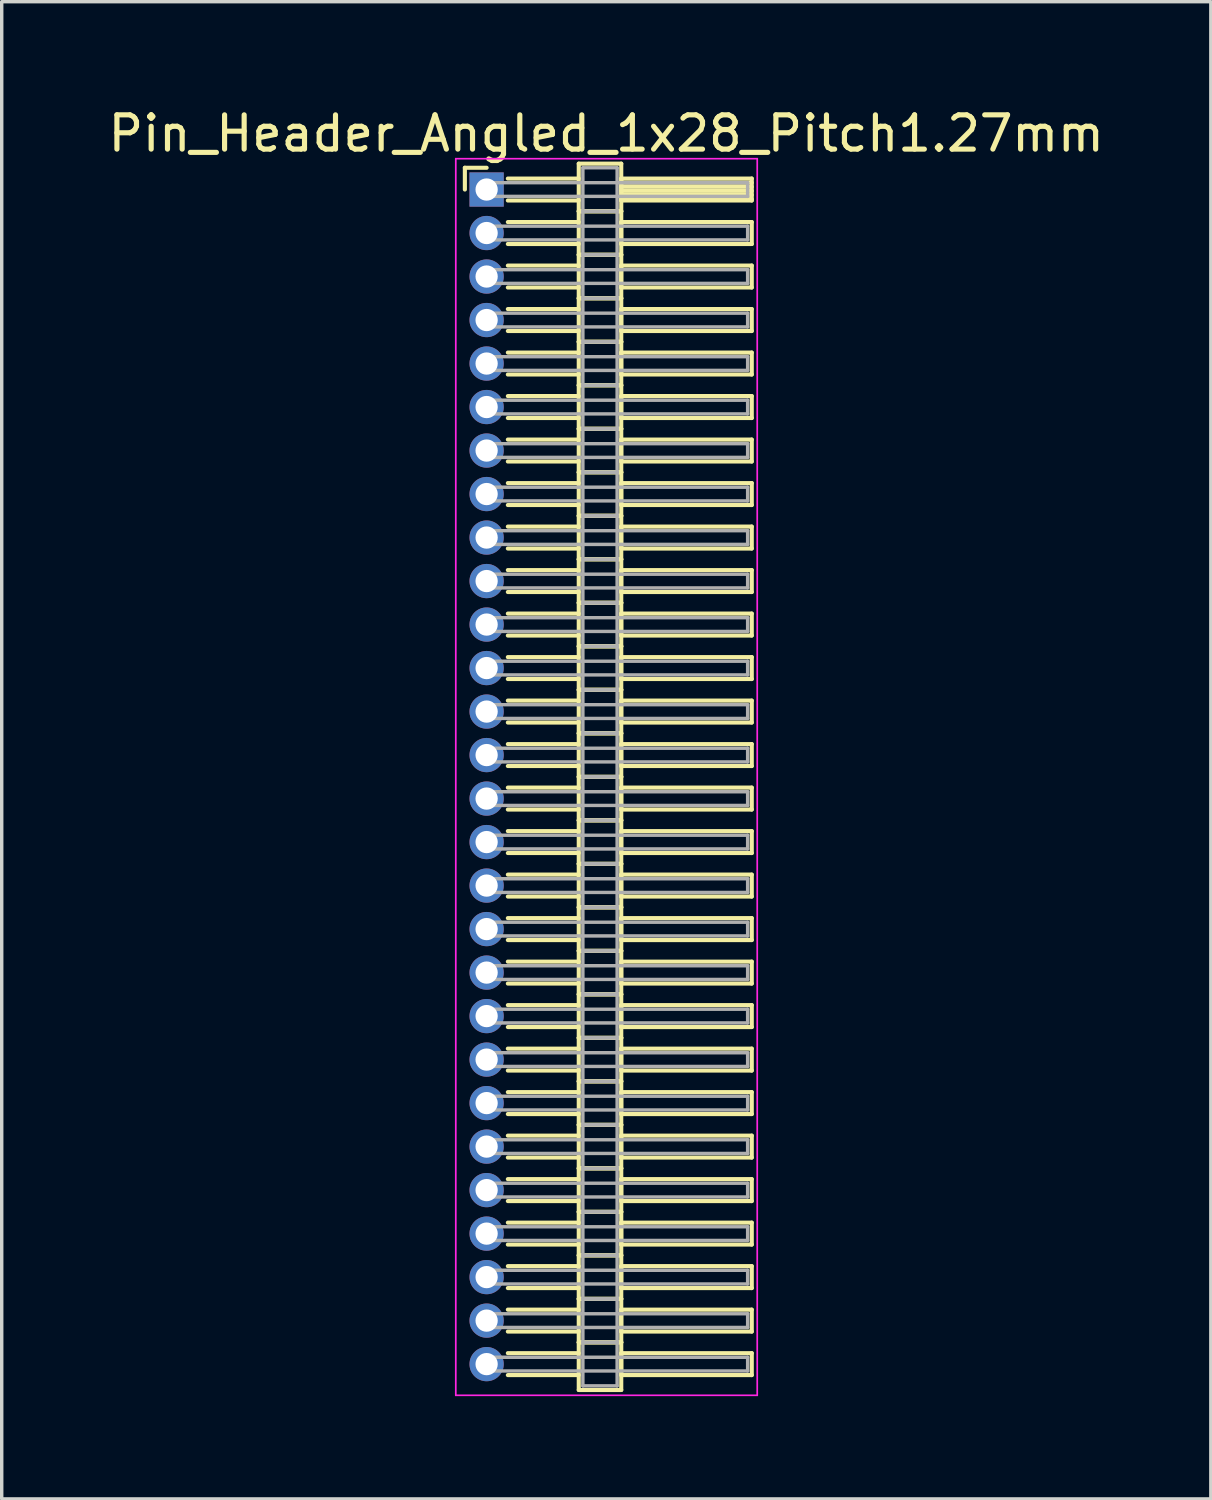
<source format=kicad_pcb>
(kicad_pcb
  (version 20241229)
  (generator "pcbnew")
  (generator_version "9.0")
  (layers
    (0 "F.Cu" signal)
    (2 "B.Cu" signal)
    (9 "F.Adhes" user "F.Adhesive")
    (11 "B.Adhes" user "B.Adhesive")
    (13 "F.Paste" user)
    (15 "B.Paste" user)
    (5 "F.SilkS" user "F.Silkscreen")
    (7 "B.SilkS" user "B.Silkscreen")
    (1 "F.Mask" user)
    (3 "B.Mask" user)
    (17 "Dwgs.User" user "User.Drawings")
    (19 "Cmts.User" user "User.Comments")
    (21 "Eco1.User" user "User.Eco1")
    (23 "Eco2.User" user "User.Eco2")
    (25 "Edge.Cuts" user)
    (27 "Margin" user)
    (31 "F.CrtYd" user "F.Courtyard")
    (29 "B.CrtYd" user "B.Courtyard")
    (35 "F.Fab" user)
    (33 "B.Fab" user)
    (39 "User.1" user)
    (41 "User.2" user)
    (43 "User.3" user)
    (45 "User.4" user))
  (footprint "Pin_Header_Angled_1x28_Pitch1.27mm"
    (layer "F.Cu")
    (at 11.156 2.483)
    (property "Reference" "Pin_Header_Angled_1x28_Pitch1.27mm" (at 3.493 -1.635 0) (layer "F.SilkS") (effects (font (size 1 1) (thickness 0.15))))
    (attr through_hole)
    (fp_line (start -0.635 -0.635) (end 0 -0.635) (stroke (width 0.12) (type solid)) (layer "F.SilkS"))
    (fp_line (start -0.635 0) (end -0.635 -0.635) (stroke (width 0.12) (type solid)) (layer "F.SilkS"))
    (fp_line (start 0.62 -0.32) (end 2.69 -0.32) (stroke (width 0.12) (type solid)) (layer "F.SilkS"))
    (fp_line (start 0.62 0.32) (end 2.69 0.32) (stroke (width 0.12) (type solid)) (layer "F.SilkS"))
    (fp_line (start 0.62 0.95) (end 2.69 0.95) (stroke (width 0.12) (type solid)) (layer "F.SilkS"))
    (fp_line (start 0.62 1.59) (end 2.69 1.59) (stroke (width 0.12) (type solid)) (layer "F.SilkS"))
    (fp_line (start 0.62 2.22) (end 2.69 2.22) (stroke (width 0.12) (type solid)) (layer "F.SilkS"))
    (fp_line (start 0.62 2.86) (end 2.69 2.86) (stroke (width 0.12) (type solid)) (layer "F.SilkS"))
    (fp_line (start 0.62 3.49) (end 2.69 3.49) (stroke (width 0.12) (type solid)) (layer "F.SilkS"))
    (fp_line (start 0.62 4.13) (end 2.69 4.13) (stroke (width 0.12) (type solid)) (layer "F.SilkS"))
    (fp_line (start 0.62 4.76) (end 2.69 4.76) (stroke (width 0.12) (type solid)) (layer "F.SilkS"))
    (fp_line (start 0.62 5.4) (end 2.69 5.4) (stroke (width 0.12) (type solid)) (layer "F.SilkS"))
    (fp_line (start 0.62 6.03) (end 2.69 6.03) (stroke (width 0.12) (type solid)) (layer "F.SilkS"))
    (fp_line (start 0.62 6.67) (end 2.69 6.67) (stroke (width 0.12) (type solid)) (layer "F.SilkS"))
    (fp_line (start 0.62 7.3) (end 2.69 7.3) (stroke (width 0.12) (type solid)) (layer "F.SilkS"))
    (fp_line (start 0.62 7.94) (end 2.69 7.94) (stroke (width 0.12) (type solid)) (layer "F.SilkS"))
    (fp_line (start 0.62 8.57) (end 2.69 8.57) (stroke (width 0.12) (type solid)) (layer "F.SilkS"))
    (fp_line (start 0.62 9.21) (end 2.69 9.21) (stroke (width 0.12) (type solid)) (layer "F.SilkS"))
    (fp_line (start 0.62 9.84) (end 2.69 9.84) (stroke (width 0.12) (type solid)) (layer "F.SilkS"))
    (fp_line (start 0.62 10.48) (end 2.69 10.48) (stroke (width 0.12) (type solid)) (layer "F.SilkS"))
    (fp_line (start 0.62 11.11) (end 2.69 11.11) (stroke (width 0.12) (type solid)) (layer "F.SilkS"))
    (fp_line (start 0.62 11.75) (end 2.69 11.75) (stroke (width 0.12) (type solid)) (layer "F.SilkS"))
    (fp_line (start 0.62 12.38) (end 2.69 12.38) (stroke (width 0.12) (type solid)) (layer "F.SilkS"))
    (fp_line (start 0.62 13.02) (end 2.69 13.02) (stroke (width 0.12) (type solid)) (layer "F.SilkS"))
    (fp_line (start 0.62 13.65) (end 2.69 13.65) (stroke (width 0.12) (type solid)) (layer "F.SilkS"))
    (fp_line (start 0.62 14.29) (end 2.69 14.29) (stroke (width 0.12) (type solid)) (layer "F.SilkS"))
    (fp_line (start 0.62 14.92) (end 2.69 14.92) (stroke (width 0.12) (type solid)) (layer "F.SilkS"))
    (fp_line (start 0.62 15.56) (end 2.69 15.56) (stroke (width 0.12) (type solid)) (layer "F.SilkS"))
    (fp_line (start 0.62 16.19) (end 2.69 16.19) (stroke (width 0.12) (type solid)) (layer "F.SilkS"))
    (fp_line (start 0.62 16.83) (end 2.69 16.83) (stroke (width 0.12) (type solid)) (layer "F.SilkS"))
    (fp_line (start 0.62 17.46) (end 2.69 17.46) (stroke (width 0.12) (type solid)) (layer "F.SilkS"))
    (fp_line (start 0.62 18.1) (end 2.69 18.1) (stroke (width 0.12) (type solid)) (layer "F.SilkS"))
    (fp_line (start 0.62 18.73) (end 2.69 18.73) (stroke (width 0.12) (type solid)) (layer "F.SilkS"))
    (fp_line (start 0.62 19.37) (end 2.69 19.37) (stroke (width 0.12) (type solid)) (layer "F.SilkS"))
    (fp_line (start 0.62 20) (end 2.69 20) (stroke (width 0.12) (type solid)) (layer "F.SilkS"))
    (fp_line (start 0.62 20.64) (end 2.69 20.64) (stroke (width 0.12) (type solid)) (layer "F.SilkS"))
    (fp_line (start 0.62 21.27) (end 2.69 21.27) (stroke (width 0.12) (type solid)) (layer "F.SilkS"))
    (fp_line (start 0.62 21.91) (end 2.69 21.91) (stroke (width 0.12) (type solid)) (layer "F.SilkS"))
    (fp_line (start 0.62 22.54) (end 2.69 22.54) (stroke (width 0.12) (type solid)) (layer "F.SilkS"))
    (fp_line (start 0.62 23.18) (end 2.69 23.18) (stroke (width 0.12) (type solid)) (layer "F.SilkS"))
    (fp_line (start 0.62 23.81) (end 2.69 23.81) (stroke (width 0.12) (type solid)) (layer "F.SilkS"))
    (fp_line (start 0.62 24.45) (end 2.69 24.45) (stroke (width 0.12) (type solid)) (layer "F.SilkS"))
    (fp_line (start 0.62 25.08) (end 2.69 25.08) (stroke (width 0.12) (type solid)) (layer "F.SilkS"))
    (fp_line (start 0.62 25.72) (end 2.69 25.72) (stroke (width 0.12) (type solid)) (layer "F.SilkS"))
    (fp_line (start 0.62 26.35) (end 2.69 26.35) (stroke (width 0.12) (type solid)) (layer "F.SilkS"))
    (fp_line (start 0.62 26.99) (end 2.69 26.99) (stroke (width 0.12) (type solid)) (layer "F.SilkS"))
    (fp_line (start 0.62 27.62) (end 2.69 27.62) (stroke (width 0.12) (type solid)) (layer "F.SilkS"))
    (fp_line (start 0.62 28.26) (end 2.69 28.26) (stroke (width 0.12) (type solid)) (layer "F.SilkS"))
    (fp_line (start 0.62 28.89) (end 2.69 28.89) (stroke (width 0.12) (type solid)) (layer "F.SilkS"))
    (fp_line (start 0.62 29.53) (end 2.69 29.53) (stroke (width 0.12) (type solid)) (layer "F.SilkS"))
    (fp_line (start 0.62 30.16) (end 2.69 30.16) (stroke (width 0.12) (type solid)) (layer "F.SilkS"))
    (fp_line (start 0.62 30.8) (end 2.69 30.8) (stroke (width 0.12) (type solid)) (layer "F.SilkS"))
    (fp_line (start 0.62 31.43) (end 2.69 31.43) (stroke (width 0.12) (type solid)) (layer "F.SilkS"))
    (fp_line (start 0.62 32.07) (end 2.69 32.07) (stroke (width 0.12) (type solid)) (layer "F.SilkS"))
    (fp_line (start 0.62 32.7) (end 2.69 32.7) (stroke (width 0.12) (type solid)) (layer "F.SilkS"))
    (fp_line (start 0.62 33.34) (end 2.69 33.34) (stroke (width 0.12) (type solid)) (layer "F.SilkS"))
    (fp_line (start 0.62 33.97) (end 2.69 33.97) (stroke (width 0.12) (type solid)) (layer "F.SilkS"))
    (fp_line (start 0.62 34.61) (end 2.69 34.61) (stroke (width 0.12) (type solid)) (layer "F.SilkS"))
    (fp_line (start 2.69 -0.755) (end 2.69 0.635) (stroke (width 0.12) (type solid)) (layer "F.SilkS"))
    (fp_line (start 2.69 0.635) (end 2.69 1.905) (stroke (width 0.12) (type solid)) (layer "F.SilkS"))
    (fp_line (start 2.69 0.635) (end 3.93 0.635) (stroke (width 0.12) (type solid)) (layer "F.SilkS"))
    (fp_line (start 2.69 1.905) (end 2.69 3.175) (stroke (width 0.12) (type solid)) (layer "F.SilkS"))
    (fp_line (start 2.69 1.905) (end 3.93 1.905) (stroke (width 0.12) (type solid)) (layer "F.SilkS"))
    (fp_line (start 2.69 3.175) (end 2.69 4.445) (stroke (width 0.12) (type solid)) (layer "F.SilkS"))
    (fp_line (start 2.69 3.175) (end 3.93 3.175) (stroke (width 0.12) (type solid)) (layer "F.SilkS"))
    (fp_line (start 2.69 4.445) (end 2.69 5.715) (stroke (width 0.12) (type solid)) (layer "F.SilkS"))
    (fp_line (start 2.69 4.445) (end 3.93 4.445) (stroke (width 0.12) (type solid)) (layer "F.SilkS"))
    (fp_line (start 2.69 5.715) (end 2.69 6.985) (stroke (width 0.12) (type solid)) (layer "F.SilkS"))
    (fp_line (start 2.69 5.715) (end 3.93 5.715) (stroke (width 0.12) (type solid)) (layer "F.SilkS"))
    (fp_line (start 2.69 6.985) (end 2.69 8.255) (stroke (width 0.12) (type solid)) (layer "F.SilkS"))
    (fp_line (start 2.69 6.985) (end 3.93 6.985) (stroke (width 0.12) (type solid)) (layer "F.SilkS"))
    (fp_line (start 2.69 8.255) (end 2.69 9.525) (stroke (width 0.12) (type solid)) (layer "F.SilkS"))
    (fp_line (start 2.69 8.255) (end 3.93 8.255) (stroke (width 0.12) (type solid)) (layer "F.SilkS"))
    (fp_line (start 2.69 9.525) (end 2.69 10.795) (stroke (width 0.12) (type solid)) (layer "F.SilkS"))
    (fp_line (start 2.69 9.525) (end 3.93 9.525) (stroke (width 0.12) (type solid)) (layer "F.SilkS"))
    (fp_line (start 2.69 10.795) (end 2.69 12.065) (stroke (width 0.12) (type solid)) (layer "F.SilkS"))
    (fp_line (start 2.69 10.795) (end 3.93 10.795) (stroke (width 0.12) (type solid)) (layer "F.SilkS"))
    (fp_line (start 2.69 12.065) (end 2.69 13.335) (stroke (width 0.12) (type solid)) (layer "F.SilkS"))
    (fp_line (start 2.69 12.065) (end 3.93 12.065) (stroke (width 0.12) (type solid)) (layer "F.SilkS"))
    (fp_line (start 2.69 13.335) (end 2.69 14.605) (stroke (width 0.12) (type solid)) (layer "F.SilkS"))
    (fp_line (start 2.69 13.335) (end 3.93 13.335) (stroke (width 0.12) (type solid)) (layer "F.SilkS"))
    (fp_line (start 2.69 14.605) (end 2.69 15.875) (stroke (width 0.12) (type solid)) (layer "F.SilkS"))
    (fp_line (start 2.69 14.605) (end 3.93 14.605) (stroke (width 0.12) (type solid)) (layer "F.SilkS"))
    (fp_line (start 2.69 15.875) (end 2.69 17.145) (stroke (width 0.12) (type solid)) (layer "F.SilkS"))
    (fp_line (start 2.69 15.875) (end 3.93 15.875) (stroke (width 0.12) (type solid)) (layer "F.SilkS"))
    (fp_line (start 2.69 17.145) (end 2.69 18.415) (stroke (width 0.12) (type solid)) (layer "F.SilkS"))
    (fp_line (start 2.69 17.145) (end 3.93 17.145) (stroke (width 0.12) (type solid)) (layer "F.SilkS"))
    (fp_line (start 2.69 18.415) (end 2.69 19.685) (stroke (width 0.12) (type solid)) (layer "F.SilkS"))
    (fp_line (start 2.69 18.415) (end 3.93 18.415) (stroke (width 0.12) (type solid)) (layer "F.SilkS"))
    (fp_line (start 2.69 19.685) (end 2.69 20.955) (stroke (width 0.12) (type solid)) (layer "F.SilkS"))
    (fp_line (start 2.69 19.685) (end 3.93 19.685) (stroke (width 0.12) (type solid)) (layer "F.SilkS"))
    (fp_line (start 2.69 20.955) (end 2.69 22.225) (stroke (width 0.12) (type solid)) (layer "F.SilkS"))
    (fp_line (start 2.69 20.955) (end 3.93 20.955) (stroke (width 0.12) (type solid)) (layer "F.SilkS"))
    (fp_line (start 2.69 22.225) (end 2.69 23.495) (stroke (width 0.12) (type solid)) (layer "F.SilkS"))
    (fp_line (start 2.69 22.225) (end 3.93 22.225) (stroke (width 0.12) (type solid)) (layer "F.SilkS"))
    (fp_line (start 2.69 23.495) (end 2.69 24.765) (stroke (width 0.12) (type solid)) (layer "F.SilkS"))
    (fp_line (start 2.69 23.495) (end 3.93 23.495) (stroke (width 0.12) (type solid)) (layer "F.SilkS"))
    (fp_line (start 2.69 24.765) (end 2.69 26.035) (stroke (width 0.12) (type solid)) (layer "F.SilkS"))
    (fp_line (start 2.69 24.765) (end 3.93 24.765) (stroke (width 0.12) (type solid)) (layer "F.SilkS"))
    (fp_line (start 2.69 26.035) (end 2.69 27.305) (stroke (width 0.12) (type solid)) (layer "F.SilkS"))
    (fp_line (start 2.69 26.035) (end 3.93 26.035) (stroke (width 0.12) (type solid)) (layer "F.SilkS"))
    (fp_line (start 2.69 27.305) (end 2.69 28.575) (stroke (width 0.12) (type solid)) (layer "F.SilkS"))
    (fp_line (start 2.69 27.305) (end 3.93 27.305) (stroke (width 0.12) (type solid)) (layer "F.SilkS"))
    (fp_line (start 2.69 28.575) (end 2.69 29.845) (stroke (width 0.12) (type solid)) (layer "F.SilkS"))
    (fp_line (start 2.69 28.575) (end 3.93 28.575) (stroke (width 0.12) (type solid)) (layer "F.SilkS"))
    (fp_line (start 2.69 29.845) (end 2.69 31.115) (stroke (width 0.12) (type solid)) (layer "F.SilkS"))
    (fp_line (start 2.69 29.845) (end 3.93 29.845) (stroke (width 0.12) (type solid)) (layer "F.SilkS"))
    (fp_line (start 2.69 31.115) (end 2.69 32.385) (stroke (width 0.12) (type solid)) (layer "F.SilkS"))
    (fp_line (start 2.69 31.115) (end 3.93 31.115) (stroke (width 0.12) (type solid)) (layer "F.SilkS"))
    (fp_line (start 2.69 32.385) (end 2.69 33.655) (stroke (width 0.12) (type solid)) (layer "F.SilkS"))
    (fp_line (start 2.69 32.385) (end 3.93 32.385) (stroke (width 0.12) (type solid)) (layer "F.SilkS"))
    (fp_line (start 2.69 33.655) (end 2.69 35.045) (stroke (width 0.12) (type solid)) (layer "F.SilkS"))
    (fp_line (start 2.69 33.655) (end 3.93 33.655) (stroke (width 0.12) (type solid)) (layer "F.SilkS"))
    (fp_line (start 2.69 35.045) (end 3.93 35.045) (stroke (width 0.12) (type solid)) (layer "F.SilkS"))
    (fp_line (start 3.93 -0.755) (end 2.69 -0.755) (stroke (width 0.12) (type solid)) (layer "F.SilkS"))
    (fp_line (start 3.93 -0.32) (end 3.93 0.32) (stroke (width 0.12) (type solid)) (layer "F.SilkS"))
    (fp_line (start 3.93 -0.2) (end 7.74 -0.2) (stroke (width 0.12) (type solid)) (layer "F.SilkS"))
    (fp_line (start 3.93 -0.08) (end 7.74 -0.08) (stroke (width 0.12) (type solid)) (layer "F.SilkS"))
    (fp_line (start 3.93 0.04) (end 7.74 0.04) (stroke (width 0.12) (type solid)) (layer "F.SilkS"))
    (fp_line (start 3.93 0.16) (end 7.74 0.16) (stroke (width 0.12) (type solid)) (layer "F.SilkS"))
    (fp_line (start 3.93 0.28) (end 7.74 0.28) (stroke (width 0.12) (type solid)) (layer "F.SilkS"))
    (fp_line (start 3.93 0.32) (end 7.74 0.32) (stroke (width 0.12) (type solid)) (layer "F.SilkS"))
    (fp_line (start 3.93 0.635) (end 2.69 0.635) (stroke (width 0.12) (type solid)) (layer "F.SilkS"))
    (fp_line (start 3.93 0.635) (end 3.93 -0.755) (stroke (width 0.12) (type solid)) (layer "F.SilkS"))
    (fp_line (start 3.93 0.95) (end 3.93 1.59) (stroke (width 0.12) (type solid)) (layer "F.SilkS"))
    (fp_line (start 3.93 1.59) (end 7.74 1.59) (stroke (width 0.12) (type solid)) (layer "F.SilkS"))
    (fp_line (start 3.93 1.905) (end 2.69 1.905) (stroke (width 0.12) (type solid)) (layer "F.SilkS"))
    (fp_line (start 3.93 1.905) (end 3.93 0.635) (stroke (width 0.12) (type solid)) (layer "F.SilkS"))
    (fp_line (start 3.93 2.22) (end 3.93 2.86) (stroke (width 0.12) (type solid)) (layer "F.SilkS"))
    (fp_line (start 3.93 2.86) (end 7.74 2.86) (stroke (width 0.12) (type solid)) (layer "F.SilkS"))
    (fp_line (start 3.93 3.175) (end 2.69 3.175) (stroke (width 0.12) (type solid)) (layer "F.SilkS"))
    (fp_line (start 3.93 3.175) (end 3.93 1.905) (stroke (width 0.12) (type solid)) (layer "F.SilkS"))
    (fp_line (start 3.93 3.49) (end 3.93 4.13) (stroke (width 0.12) (type solid)) (layer "F.SilkS"))
    (fp_line (start 3.93 4.13) (end 7.74 4.13) (stroke (width 0.12) (type solid)) (layer "F.SilkS"))
    (fp_line (start 3.93 4.445) (end 2.69 4.445) (stroke (width 0.12) (type solid)) (layer "F.SilkS"))
    (fp_line (start 3.93 4.445) (end 3.93 3.175) (stroke (width 0.12) (type solid)) (layer "F.SilkS"))
    (fp_line (start 3.93 4.76) (end 3.93 5.4) (stroke (width 0.12) (type solid)) (layer "F.SilkS"))
    (fp_line (start 3.93 5.4) (end 7.74 5.4) (stroke (width 0.12) (type solid)) (layer "F.SilkS"))
    (fp_line (start 3.93 5.715) (end 2.69 5.715) (stroke (width 0.12) (type solid)) (layer "F.SilkS"))
    (fp_line (start 3.93 5.715) (end 3.93 4.445) (stroke (width 0.12) (type solid)) (layer "F.SilkS"))
    (fp_line (start 3.93 6.03) (end 3.93 6.67) (stroke (width 0.12) (type solid)) (layer "F.SilkS"))
    (fp_line (start 3.93 6.67) (end 7.74 6.67) (stroke (width 0.12) (type solid)) (layer "F.SilkS"))
    (fp_line (start 3.93 6.985) (end 2.69 6.985) (stroke (width 0.12) (type solid)) (layer "F.SilkS"))
    (fp_line (start 3.93 6.985) (end 3.93 5.715) (stroke (width 0.12) (type solid)) (layer "F.SilkS"))
    (fp_line (start 3.93 7.3) (end 3.93 7.94) (stroke (width 0.12) (type solid)) (layer "F.SilkS"))
    (fp_line (start 3.93 7.94) (end 7.74 7.94) (stroke (width 0.12) (type solid)) (layer "F.SilkS"))
    (fp_line (start 3.93 8.255) (end 2.69 8.255) (stroke (width 0.12) (type solid)) (layer "F.SilkS"))
    (fp_line (start 3.93 8.255) (end 3.93 6.985) (stroke (width 0.12) (type solid)) (layer "F.SilkS"))
    (fp_line (start 3.93 8.57) (end 3.93 9.21) (stroke (width 0.12) (type solid)) (layer "F.SilkS"))
    (fp_line (start 3.93 9.21) (end 7.74 9.21) (stroke (width 0.12) (type solid)) (layer "F.SilkS"))
    (fp_line (start 3.93 9.525) (end 2.69 9.525) (stroke (width 0.12) (type solid)) (layer "F.SilkS"))
    (fp_line (start 3.93 9.525) (end 3.93 8.255) (stroke (width 0.12) (type solid)) (layer "F.SilkS"))
    (fp_line (start 3.93 9.84) (end 3.93 10.48) (stroke (width 0.12) (type solid)) (layer "F.SilkS"))
    (fp_line (start 3.93 10.48) (end 7.74 10.48) (stroke (width 0.12) (type solid)) (layer "F.SilkS"))
    (fp_line (start 3.93 10.795) (end 2.69 10.795) (stroke (width 0.12) (type solid)) (layer "F.SilkS"))
    (fp_line (start 3.93 10.795) (end 3.93 9.525) (stroke (width 0.12) (type solid)) (layer "F.SilkS"))
    (fp_line (start 3.93 11.11) (end 3.93 11.75) (stroke (width 0.12) (type solid)) (layer "F.SilkS"))
    (fp_line (start 3.93 11.75) (end 7.74 11.75) (stroke (width 0.12) (type solid)) (layer "F.SilkS"))
    (fp_line (start 3.93 12.065) (end 2.69 12.065) (stroke (width 0.12) (type solid)) (layer "F.SilkS"))
    (fp_line (start 3.93 12.065) (end 3.93 10.795) (stroke (width 0.12) (type solid)) (layer "F.SilkS"))
    (fp_line (start 3.93 12.38) (end 3.93 13.02) (stroke (width 0.12) (type solid)) (layer "F.SilkS"))
    (fp_line (start 3.93 13.02) (end 7.74 13.02) (stroke (width 0.12) (type solid)) (layer "F.SilkS"))
    (fp_line (start 3.93 13.335) (end 2.69 13.335) (stroke (width 0.12) (type solid)) (layer "F.SilkS"))
    (fp_line (start 3.93 13.335) (end 3.93 12.065) (stroke (width 0.12) (type solid)) (layer "F.SilkS"))
    (fp_line (start 3.93 13.65) (end 3.93 14.29) (stroke (width 0.12) (type solid)) (layer "F.SilkS"))
    (fp_line (start 3.93 14.29) (end 7.74 14.29) (stroke (width 0.12) (type solid)) (layer "F.SilkS"))
    (fp_line (start 3.93 14.605) (end 2.69 14.605) (stroke (width 0.12) (type solid)) (layer "F.SilkS"))
    (fp_line (start 3.93 14.605) (end 3.93 13.335) (stroke (width 0.12) (type solid)) (layer "F.SilkS"))
    (fp_line (start 3.93 14.92) (end 3.93 15.56) (stroke (width 0.12) (type solid)) (layer "F.SilkS"))
    (fp_line (start 3.93 15.56) (end 7.74 15.56) (stroke (width 0.12) (type solid)) (layer "F.SilkS"))
    (fp_line (start 3.93 15.875) (end 2.69 15.875) (stroke (width 0.12) (type solid)) (layer "F.SilkS"))
    (fp_line (start 3.93 15.875) (end 3.93 14.605) (stroke (width 0.12) (type solid)) (layer "F.SilkS"))
    (fp_line (start 3.93 16.19) (end 3.93 16.83) (stroke (width 0.12) (type solid)) (layer "F.SilkS"))
    (fp_line (start 3.93 16.83) (end 7.74 16.83) (stroke (width 0.12) (type solid)) (layer "F.SilkS"))
    (fp_line (start 3.93 17.145) (end 2.69 17.145) (stroke (width 0.12) (type solid)) (layer "F.SilkS"))
    (fp_line (start 3.93 17.145) (end 3.93 15.875) (stroke (width 0.12) (type solid)) (layer "F.SilkS"))
    (fp_line (start 3.93 17.46) (end 3.93 18.1) (stroke (width 0.12) (type solid)) (layer "F.SilkS"))
    (fp_line (start 3.93 18.1) (end 7.74 18.1) (stroke (width 0.12) (type solid)) (layer "F.SilkS"))
    (fp_line (start 3.93 18.415) (end 2.69 18.415) (stroke (width 0.12) (type solid)) (layer "F.SilkS"))
    (fp_line (start 3.93 18.415) (end 3.93 17.145) (stroke (width 0.12) (type solid)) (layer "F.SilkS"))
    (fp_line (start 3.93 18.73) (end 3.93 19.37) (stroke (width 0.12) (type solid)) (layer "F.SilkS"))
    (fp_line (start 3.93 19.37) (end 7.74 19.37) (stroke (width 0.12) (type solid)) (layer "F.SilkS"))
    (fp_line (start 3.93 19.685) (end 2.69 19.685) (stroke (width 0.12) (type solid)) (layer "F.SilkS"))
    (fp_line (start 3.93 19.685) (end 3.93 18.415) (stroke (width 0.12) (type solid)) (layer "F.SilkS"))
    (fp_line (start 3.93 20) (end 3.93 20.64) (stroke (width 0.12) (type solid)) (layer "F.SilkS"))
    (fp_line (start 3.93 20.64) (end 7.74 20.64) (stroke (width 0.12) (type solid)) (layer "F.SilkS"))
    (fp_line (start 3.93 20.955) (end 2.69 20.955) (stroke (width 0.12) (type solid)) (layer "F.SilkS"))
    (fp_line (start 3.93 20.955) (end 3.93 19.685) (stroke (width 0.12) (type solid)) (layer "F.SilkS"))
    (fp_line (start 3.93 21.27) (end 3.93 21.91) (stroke (width 0.12) (type solid)) (layer "F.SilkS"))
    (fp_line (start 3.93 21.91) (end 7.74 21.91) (stroke (width 0.12) (type solid)) (layer "F.SilkS"))
    (fp_line (start 3.93 22.225) (end 2.69 22.225) (stroke (width 0.12) (type solid)) (layer "F.SilkS"))
    (fp_line (start 3.93 22.225) (end 3.93 20.955) (stroke (width 0.12) (type solid)) (layer "F.SilkS"))
    (fp_line (start 3.93 22.54) (end 3.93 23.18) (stroke (width 0.12) (type solid)) (layer "F.SilkS"))
    (fp_line (start 3.93 23.18) (end 7.74 23.18) (stroke (width 0.12) (type solid)) (layer "F.SilkS"))
    (fp_line (start 3.93 23.495) (end 2.69 23.495) (stroke (width 0.12) (type solid)) (layer "F.SilkS"))
    (fp_line (start 3.93 23.495) (end 3.93 22.225) (stroke (width 0.12) (type solid)) (layer "F.SilkS"))
    (fp_line (start 3.93 23.81) (end 3.93 24.45) (stroke (width 0.12) (type solid)) (layer "F.SilkS"))
    (fp_line (start 3.93 24.45) (end 7.74 24.45) (stroke (width 0.12) (type solid)) (layer "F.SilkS"))
    (fp_line (start 3.93 24.765) (end 2.69 24.765) (stroke (width 0.12) (type solid)) (layer "F.SilkS"))
    (fp_line (start 3.93 24.765) (end 3.93 23.495) (stroke (width 0.12) (type solid)) (layer "F.SilkS"))
    (fp_line (start 3.93 25.08) (end 3.93 25.72) (stroke (width 0.12) (type solid)) (layer "F.SilkS"))
    (fp_line (start 3.93 25.72) (end 7.74 25.72) (stroke (width 0.12) (type solid)) (layer "F.SilkS"))
    (fp_line (start 3.93 26.035) (end 2.69 26.035) (stroke (width 0.12) (type solid)) (layer "F.SilkS"))
    (fp_line (start 3.93 26.035) (end 3.93 24.765) (stroke (width 0.12) (type solid)) (layer "F.SilkS"))
    (fp_line (start 3.93 26.35) (end 3.93 26.99) (stroke (width 0.12) (type solid)) (layer "F.SilkS"))
    (fp_line (start 3.93 26.99) (end 7.74 26.99) (stroke (width 0.12) (type solid)) (layer "F.SilkS"))
    (fp_line (start 3.93 27.305) (end 2.69 27.305) (stroke (width 0.12) (type solid)) (layer "F.SilkS"))
    (fp_line (start 3.93 27.305) (end 3.93 26.035) (stroke (width 0.12) (type solid)) (layer "F.SilkS"))
    (fp_line (start 3.93 27.62) (end 3.93 28.26) (stroke (width 0.12) (type solid)) (layer "F.SilkS"))
    (fp_line (start 3.93 28.26) (end 7.74 28.26) (stroke (width 0.12) (type solid)) (layer "F.SilkS"))
    (fp_line (start 3.93 28.575) (end 2.69 28.575) (stroke (width 0.12) (type solid)) (layer "F.SilkS"))
    (fp_line (start 3.93 28.575) (end 3.93 27.305) (stroke (width 0.12) (type solid)) (layer "F.SilkS"))
    (fp_line (start 3.93 28.89) (end 3.93 29.53) (stroke (width 0.12) (type solid)) (layer "F.SilkS"))
    (fp_line (start 3.93 29.53) (end 7.74 29.53) (stroke (width 0.12) (type solid)) (layer "F.SilkS"))
    (fp_line (start 3.93 29.845) (end 2.69 29.845) (stroke (width 0.12) (type solid)) (layer "F.SilkS"))
    (fp_line (start 3.93 29.845) (end 3.93 28.575) (stroke (width 0.12) (type solid)) (layer "F.SilkS"))
    (fp_line (start 3.93 30.16) (end 3.93 30.8) (stroke (width 0.12) (type solid)) (layer "F.SilkS"))
    (fp_line (start 3.93 30.8) (end 7.74 30.8) (stroke (width 0.12) (type solid)) (layer "F.SilkS"))
    (fp_line (start 3.93 31.115) (end 2.69 31.115) (stroke (width 0.12) (type solid)) (layer "F.SilkS"))
    (fp_line (start 3.93 31.115) (end 3.93 29.845) (stroke (width 0.12) (type solid)) (layer "F.SilkS"))
    (fp_line (start 3.93 31.43) (end 3.93 32.07) (stroke (width 0.12) (type solid)) (layer "F.SilkS"))
    (fp_line (start 3.93 32.07) (end 7.74 32.07) (stroke (width 0.12) (type solid)) (layer "F.SilkS"))
    (fp_line (start 3.93 32.385) (end 2.69 32.385) (stroke (width 0.12) (type solid)) (layer "F.SilkS"))
    (fp_line (start 3.93 32.385) (end 3.93 31.115) (stroke (width 0.12) (type solid)) (layer "F.SilkS"))
    (fp_line (start 3.93 32.7) (end 3.93 33.34) (stroke (width 0.12) (type solid)) (layer "F.SilkS"))
    (fp_line (start 3.93 33.34) (end 7.74 33.34) (stroke (width 0.12) (type solid)) (layer "F.SilkS"))
    (fp_line (start 3.93 33.655) (end 2.69 33.655) (stroke (width 0.12) (type solid)) (layer "F.SilkS"))
    (fp_line (start 3.93 33.655) (end 3.93 32.385) (stroke (width 0.12) (type solid)) (layer "F.SilkS"))
    (fp_line (start 3.93 33.97) (end 3.93 34.61) (stroke (width 0.12) (type solid)) (layer "F.SilkS"))
    (fp_line (start 3.93 34.61) (end 7.74 34.61) (stroke (width 0.12) (type solid)) (layer "F.SilkS"))
    (fp_line (start 3.93 35.045) (end 3.93 33.655) (stroke (width 0.12) (type solid)) (layer "F.SilkS"))
    (fp_line (start 7.74 -0.32) (end 3.93 -0.32) (stroke (width 0.12) (type solid)) (layer "F.SilkS"))
    (fp_line (start 7.74 0.32) (end 7.74 -0.32) (stroke (width 0.12) (type solid)) (layer "F.SilkS"))
    (fp_line (start 7.74 0.95) (end 3.93 0.95) (stroke (width 0.12) (type solid)) (layer "F.SilkS"))
    (fp_line (start 7.74 1.59) (end 7.74 0.95) (stroke (width 0.12) (type solid)) (layer "F.SilkS"))
    (fp_line (start 7.74 2.22) (end 3.93 2.22) (stroke (width 0.12) (type solid)) (layer "F.SilkS"))
    (fp_line (start 7.74 2.86) (end 7.74 2.22) (stroke (width 0.12) (type solid)) (layer "F.SilkS"))
    (fp_line (start 7.74 3.49) (end 3.93 3.49) (stroke (width 0.12) (type solid)) (layer "F.SilkS"))
    (fp_line (start 7.74 4.13) (end 7.74 3.49) (stroke (width 0.12) (type solid)) (layer "F.SilkS"))
    (fp_line (start 7.74 4.76) (end 3.93 4.76) (stroke (width 0.12) (type solid)) (layer "F.SilkS"))
    (fp_line (start 7.74 5.4) (end 7.74 4.76) (stroke (width 0.12) (type solid)) (layer "F.SilkS"))
    (fp_line (start 7.74 6.03) (end 3.93 6.03) (stroke (width 0.12) (type solid)) (layer "F.SilkS"))
    (fp_line (start 7.74 6.67) (end 7.74 6.03) (stroke (width 0.12) (type solid)) (layer "F.SilkS"))
    (fp_line (start 7.74 7.3) (end 3.93 7.3) (stroke (width 0.12) (type solid)) (layer "F.SilkS"))
    (fp_line (start 7.74 7.94) (end 7.74 7.3) (stroke (width 0.12) (type solid)) (layer "F.SilkS"))
    (fp_line (start 7.74 8.57) (end 3.93 8.57) (stroke (width 0.12) (type solid)) (layer "F.SilkS"))
    (fp_line (start 7.74 9.21) (end 7.74 8.57) (stroke (width 0.12) (type solid)) (layer "F.SilkS"))
    (fp_line (start 7.74 9.84) (end 3.93 9.84) (stroke (width 0.12) (type solid)) (layer "F.SilkS"))
    (fp_line (start 7.74 10.48) (end 7.74 9.84) (stroke (width 0.12) (type solid)) (layer "F.SilkS"))
    (fp_line (start 7.74 11.11) (end 3.93 11.11) (stroke (width 0.12) (type solid)) (layer "F.SilkS"))
    (fp_line (start 7.74 11.75) (end 7.74 11.11) (stroke (width 0.12) (type solid)) (layer "F.SilkS"))
    (fp_line (start 7.74 12.38) (end 3.93 12.38) (stroke (width 0.12) (type solid)) (layer "F.SilkS"))
    (fp_line (start 7.74 13.02) (end 7.74 12.38) (stroke (width 0.12) (type solid)) (layer "F.SilkS"))
    (fp_line (start 7.74 13.65) (end 3.93 13.65) (stroke (width 0.12) (type solid)) (layer "F.SilkS"))
    (fp_line (start 7.74 14.29) (end 7.74 13.65) (stroke (width 0.12) (type solid)) (layer "F.SilkS"))
    (fp_line (start 7.74 14.92) (end 3.93 14.92) (stroke (width 0.12) (type solid)) (layer "F.SilkS"))
    (fp_line (start 7.74 15.56) (end 7.74 14.92) (stroke (width 0.12) (type solid)) (layer "F.SilkS"))
    (fp_line (start 7.74 16.19) (end 3.93 16.19) (stroke (width 0.12) (type solid)) (layer "F.SilkS"))
    (fp_line (start 7.74 16.83) (end 7.74 16.19) (stroke (width 0.12) (type solid)) (layer "F.SilkS"))
    (fp_line (start 7.74 17.46) (end 3.93 17.46) (stroke (width 0.12) (type solid)) (layer "F.SilkS"))
    (fp_line (start 7.74 18.1) (end 7.74 17.46) (stroke (width 0.12) (type solid)) (layer "F.SilkS"))
    (fp_line (start 7.74 18.73) (end 3.93 18.73) (stroke (width 0.12) (type solid)) (layer "F.SilkS"))
    (fp_line (start 7.74 19.37) (end 7.74 18.73) (stroke (width 0.12) (type solid)) (layer "F.SilkS"))
    (fp_line (start 7.74 20) (end 3.93 20) (stroke (width 0.12) (type solid)) (layer "F.SilkS"))
    (fp_line (start 7.74 20.64) (end 7.74 20) (stroke (width 0.12) (type solid)) (layer "F.SilkS"))
    (fp_line (start 7.74 21.27) (end 3.93 21.27) (stroke (width 0.12) (type solid)) (layer "F.SilkS"))
    (fp_line (start 7.74 21.91) (end 7.74 21.27) (stroke (width 0.12) (type solid)) (layer "F.SilkS"))
    (fp_line (start 7.74 22.54) (end 3.93 22.54) (stroke (width 0.12) (type solid)) (layer "F.SilkS"))
    (fp_line (start 7.74 23.18) (end 7.74 22.54) (stroke (width 0.12) (type solid)) (layer "F.SilkS"))
    (fp_line (start 7.74 23.81) (end 3.93 23.81) (stroke (width 0.12) (type solid)) (layer "F.SilkS"))
    (fp_line (start 7.74 24.45) (end 7.74 23.81) (stroke (width 0.12) (type solid)) (layer "F.SilkS"))
    (fp_line (start 7.74 25.08) (end 3.93 25.08) (stroke (width 0.12) (type solid)) (layer "F.SilkS"))
    (fp_line (start 7.74 25.72) (end 7.74 25.08) (stroke (width 0.12) (type solid)) (layer "F.SilkS"))
    (fp_line (start 7.74 26.35) (end 3.93 26.35) (stroke (width 0.12) (type solid)) (layer "F.SilkS"))
    (fp_line (start 7.74 26.99) (end 7.74 26.35) (stroke (width 0.12) (type solid)) (layer "F.SilkS"))
    (fp_line (start 7.74 27.62) (end 3.93 27.62) (stroke (width 0.12) (type solid)) (layer "F.SilkS"))
    (fp_line (start 7.74 28.26) (end 7.74 27.62) (stroke (width 0.12) (type solid)) (layer "F.SilkS"))
    (fp_line (start 7.74 28.89) (end 3.93 28.89) (stroke (width 0.12) (type solid)) (layer "F.SilkS"))
    (fp_line (start 7.74 29.53) (end 7.74 28.89) (stroke (width 0.12) (type solid)) (layer "F.SilkS"))
    (fp_line (start 7.74 30.16) (end 3.93 30.16) (stroke (width 0.12) (type solid)) (layer "F.SilkS"))
    (fp_line (start 7.74 30.8) (end 7.74 30.16) (stroke (width 0.12) (type solid)) (layer "F.SilkS"))
    (fp_line (start 7.74 31.43) (end 3.93 31.43) (stroke (width 0.12) (type solid)) (layer "F.SilkS"))
    (fp_line (start 7.74 32.07) (end 7.74 31.43) (stroke (width 0.12) (type solid)) (layer "F.SilkS"))
    (fp_line (start 7.74 32.7) (end 3.93 32.7) (stroke (width 0.12) (type solid)) (layer "F.SilkS"))
    (fp_line (start 7.74 33.34) (end 7.74 32.7) (stroke (width 0.12) (type solid)) (layer "F.SilkS"))
    (fp_line (start 7.74 33.97) (end 3.93 33.97) (stroke (width 0.12) (type solid)) (layer "F.SilkS"))
    (fp_line (start 7.74 34.61) (end 7.74 33.97) (stroke (width 0.12) (type solid)) (layer "F.SilkS"))
    (fp_line (start -0.9 -0.9) (end -0.9 35.2) (stroke (width 0.05) (type solid)) (layer "F.CrtYd"))
    (fp_line (start -0.9 35.2) (end 7.9 35.2) (stroke (width 0.05) (type solid)) (layer "F.CrtYd"))
    (fp_line (start 7.9 -0.9) (end -0.9 -0.9) (stroke (width 0.05) (type solid)) (layer "F.CrtYd"))
    (fp_line (start 7.9 35.2) (end 7.9 -0.9) (stroke (width 0.05) (type solid)) (layer "F.CrtYd"))
    (fp_line (start 0 -0.2) (end 0 0.2) (stroke (width 0.1) (type solid)) (layer "F.Fab"))
    (fp_line (start 0 0.2) (end 7.62 0.2) (stroke (width 0.1) (type solid)) (layer "F.Fab"))
    (fp_line (start 0 1.07) (end 0 1.47) (stroke (width 0.1) (type solid)) (layer "F.Fab"))
    (fp_line (start 0 1.47) (end 7.62 1.47) (stroke (width 0.1) (type solid)) (layer "F.Fab"))
    (fp_line (start 0 2.34) (end 0 2.74) (stroke (width 0.1) (type solid)) (layer "F.Fab"))
    (fp_line (start 0 2.74) (end 7.62 2.74) (stroke (width 0.1) (type solid)) (layer "F.Fab"))
    (fp_line (start 0 3.61) (end 0 4.01) (stroke (width 0.1) (type solid)) (layer "F.Fab"))
    (fp_line (start 0 4.01) (end 7.62 4.01) (stroke (width 0.1) (type solid)) (layer "F.Fab"))
    (fp_line (start 0 4.88) (end 0 5.28) (stroke (width 0.1) (type solid)) (layer "F.Fab"))
    (fp_line (start 0 5.28) (end 7.62 5.28) (stroke (width 0.1) (type solid)) (layer "F.Fab"))
    (fp_line (start 0 6.15) (end 0 6.55) (stroke (width 0.1) (type solid)) (layer "F.Fab"))
    (fp_line (start 0 6.55) (end 7.62 6.55) (stroke (width 0.1) (type solid)) (layer "F.Fab"))
    (fp_line (start 0 7.42) (end 0 7.82) (stroke (width 0.1) (type solid)) (layer "F.Fab"))
    (fp_line (start 0 7.82) (end 7.62 7.82) (stroke (width 0.1) (type solid)) (layer "F.Fab"))
    (fp_line (start 0 8.69) (end 0 9.09) (stroke (width 0.1) (type solid)) (layer "F.Fab"))
    (fp_line (start 0 9.09) (end 7.62 9.09) (stroke (width 0.1) (type solid)) (layer "F.Fab"))
    (fp_line (start 0 9.96) (end 0 10.36) (stroke (width 0.1) (type solid)) (layer "F.Fab"))
    (fp_line (start 0 10.36) (end 7.62 10.36) (stroke (width 0.1) (type solid)) (layer "F.Fab"))
    (fp_line (start 0 11.23) (end 0 11.63) (stroke (width 0.1) (type solid)) (layer "F.Fab"))
    (fp_line (start 0 11.63) (end 7.62 11.63) (stroke (width 0.1) (type solid)) (layer "F.Fab"))
    (fp_line (start 0 12.5) (end 0 12.9) (stroke (width 0.1) (type solid)) (layer "F.Fab"))
    (fp_line (start 0 12.9) (end 7.62 12.9) (stroke (width 0.1) (type solid)) (layer "F.Fab"))
    (fp_line (start 0 13.77) (end 0 14.17) (stroke (width 0.1) (type solid)) (layer "F.Fab"))
    (fp_line (start 0 14.17) (end 7.62 14.17) (stroke (width 0.1) (type solid)) (layer "F.Fab"))
    (fp_line (start 0 15.04) (end 0 15.44) (stroke (width 0.1) (type solid)) (layer "F.Fab"))
    (fp_line (start 0 15.44) (end 7.62 15.44) (stroke (width 0.1) (type solid)) (layer "F.Fab"))
    (fp_line (start 0 16.31) (end 0 16.71) (stroke (width 0.1) (type solid)) (layer "F.Fab"))
    (fp_line (start 0 16.71) (end 7.62 16.71) (stroke (width 0.1) (type solid)) (layer "F.Fab"))
    (fp_line (start 0 17.58) (end 0 17.98) (stroke (width 0.1) (type solid)) (layer "F.Fab"))
    (fp_line (start 0 17.98) (end 7.62 17.98) (stroke (width 0.1) (type solid)) (layer "F.Fab"))
    (fp_line (start 0 18.85) (end 0 19.25) (stroke (width 0.1) (type solid)) (layer "F.Fab"))
    (fp_line (start 0 19.25) (end 7.62 19.25) (stroke (width 0.1) (type solid)) (layer "F.Fab"))
    (fp_line (start 0 20.12) (end 0 20.52) (stroke (width 0.1) (type solid)) (layer "F.Fab"))
    (fp_line (start 0 20.52) (end 7.62 20.52) (stroke (width 0.1) (type solid)) (layer "F.Fab"))
    (fp_line (start 0 21.39) (end 0 21.79) (stroke (width 0.1) (type solid)) (layer "F.Fab"))
    (fp_line (start 0 21.79) (end 7.62 21.79) (stroke (width 0.1) (type solid)) (layer "F.Fab"))
    (fp_line (start 0 22.66) (end 0 23.06) (stroke (width 0.1) (type solid)) (layer "F.Fab"))
    (fp_line (start 0 23.06) (end 7.62 23.06) (stroke (width 0.1) (type solid)) (layer "F.Fab"))
    (fp_line (start 0 23.93) (end 0 24.33) (stroke (width 0.1) (type solid)) (layer "F.Fab"))
    (fp_line (start 0 24.33) (end 7.62 24.33) (stroke (width 0.1) (type solid)) (layer "F.Fab"))
    (fp_line (start 0 25.2) (end 0 25.6) (stroke (width 0.1) (type solid)) (layer "F.Fab"))
    (fp_line (start 0 25.6) (end 7.62 25.6) (stroke (width 0.1) (type solid)) (layer "F.Fab"))
    (fp_line (start 0 26.47) (end 0 26.87) (stroke (width 0.1) (type solid)) (layer "F.Fab"))
    (fp_line (start 0 26.87) (end 7.62 26.87) (stroke (width 0.1) (type solid)) (layer "F.Fab"))
    (fp_line (start 0 27.74) (end 0 28.14) (stroke (width 0.1) (type solid)) (layer "F.Fab"))
    (fp_line (start 0 28.14) (end 7.62 28.14) (stroke (width 0.1) (type solid)) (layer "F.Fab"))
    (fp_line (start 0 29.01) (end 0 29.41) (stroke (width 0.1) (type solid)) (layer "F.Fab"))
    (fp_line (start 0 29.41) (end 7.62 29.41) (stroke (width 0.1) (type solid)) (layer "F.Fab"))
    (fp_line (start 0 30.28) (end 0 30.68) (stroke (width 0.1) (type solid)) (layer "F.Fab"))
    (fp_line (start 0 30.68) (end 7.62 30.68) (stroke (width 0.1) (type solid)) (layer "F.Fab"))
    (fp_line (start 0 31.55) (end 0 31.95) (stroke (width 0.1) (type solid)) (layer "F.Fab"))
    (fp_line (start 0 31.95) (end 7.62 31.95) (stroke (width 0.1) (type solid)) (layer "F.Fab"))
    (fp_line (start 0 32.82) (end 0 33.22) (stroke (width 0.1) (type solid)) (layer "F.Fab"))
    (fp_line (start 0 33.22) (end 7.62 33.22) (stroke (width 0.1) (type solid)) (layer "F.Fab"))
    (fp_line (start 0 34.09) (end 0 34.49) (stroke (width 0.1) (type solid)) (layer "F.Fab"))
    (fp_line (start 0 34.49) (end 7.62 34.49) (stroke (width 0.1) (type solid)) (layer "F.Fab"))
    (fp_line (start 2.81 -0.635) (end 2.81 0.635) (stroke (width 0.1) (type solid)) (layer "F.Fab"))
    (fp_line (start 2.81 0.635) (end 2.81 1.905) (stroke (width 0.1) (type solid)) (layer "F.Fab"))
    (fp_line (start 2.81 0.635) (end 3.81 0.635) (stroke (width 0.1) (type solid)) (layer "F.Fab"))
    (fp_line (start 2.81 1.905) (end 2.81 3.175) (stroke (width 0.1) (type solid)) (layer "F.Fab"))
    (fp_line (start 2.81 1.905) (end 3.81 1.905) (stroke (width 0.1) (type solid)) (layer "F.Fab"))
    (fp_line (start 2.81 3.175) (end 2.81 4.445) (stroke (width 0.1) (type solid)) (layer "F.Fab"))
    (fp_line (start 2.81 3.175) (end 3.81 3.175) (stroke (width 0.1) (type solid)) (layer "F.Fab"))
    (fp_line (start 2.81 4.445) (end 2.81 5.715) (stroke (width 0.1) (type solid)) (layer "F.Fab"))
    (fp_line (start 2.81 4.445) (end 3.81 4.445) (stroke (width 0.1) (type solid)) (layer "F.Fab"))
    (fp_line (start 2.81 5.715) (end 2.81 6.985) (stroke (width 0.1) (type solid)) (layer "F.Fab"))
    (fp_line (start 2.81 5.715) (end 3.81 5.715) (stroke (width 0.1) (type solid)) (layer "F.Fab"))
    (fp_line (start 2.81 6.985) (end 2.81 8.255) (stroke (width 0.1) (type solid)) (layer "F.Fab"))
    (fp_line (start 2.81 6.985) (end 3.81 6.985) (stroke (width 0.1) (type solid)) (layer "F.Fab"))
    (fp_line (start 2.81 8.255) (end 2.81 9.525) (stroke (width 0.1) (type solid)) (layer "F.Fab"))
    (fp_line (start 2.81 8.255) (end 3.81 8.255) (stroke (width 0.1) (type solid)) (layer "F.Fab"))
    (fp_line (start 2.81 9.525) (end 2.81 10.795) (stroke (width 0.1) (type solid)) (layer "F.Fab"))
    (fp_line (start 2.81 9.525) (end 3.81 9.525) (stroke (width 0.1) (type solid)) (layer "F.Fab"))
    (fp_line (start 2.81 10.795) (end 2.81 12.065) (stroke (width 0.1) (type solid)) (layer "F.Fab"))
    (fp_line (start 2.81 10.795) (end 3.81 10.795) (stroke (width 0.1) (type solid)) (layer "F.Fab"))
    (fp_line (start 2.81 12.065) (end 2.81 13.335) (stroke (width 0.1) (type solid)) (layer "F.Fab"))
    (fp_line (start 2.81 12.065) (end 3.81 12.065) (stroke (width 0.1) (type solid)) (layer "F.Fab"))
    (fp_line (start 2.81 13.335) (end 2.81 14.605) (stroke (width 0.1) (type solid)) (layer "F.Fab"))
    (fp_line (start 2.81 13.335) (end 3.81 13.335) (stroke (width 0.1) (type solid)) (layer "F.Fab"))
    (fp_line (start 2.81 14.605) (end 2.81 15.875) (stroke (width 0.1) (type solid)) (layer "F.Fab"))
    (fp_line (start 2.81 14.605) (end 3.81 14.605) (stroke (width 0.1) (type solid)) (layer "F.Fab"))
    (fp_line (start 2.81 15.875) (end 2.81 17.145) (stroke (width 0.1) (type solid)) (layer "F.Fab"))
    (fp_line (start 2.81 15.875) (end 3.81 15.875) (stroke (width 0.1) (type solid)) (layer "F.Fab"))
    (fp_line (start 2.81 17.145) (end 2.81 18.415) (stroke (width 0.1) (type solid)) (layer "F.Fab"))
    (fp_line (start 2.81 17.145) (end 3.81 17.145) (stroke (width 0.1) (type solid)) (layer "F.Fab"))
    (fp_line (start 2.81 18.415) (end 2.81 19.685) (stroke (width 0.1) (type solid)) (layer "F.Fab"))
    (fp_line (start 2.81 18.415) (end 3.81 18.415) (stroke (width 0.1) (type solid)) (layer "F.Fab"))
    (fp_line (start 2.81 19.685) (end 2.81 20.955) (stroke (width 0.1) (type solid)) (layer "F.Fab"))
    (fp_line (start 2.81 19.685) (end 3.81 19.685) (stroke (width 0.1) (type solid)) (layer "F.Fab"))
    (fp_line (start 2.81 20.955) (end 2.81 22.225) (stroke (width 0.1) (type solid)) (layer "F.Fab"))
    (fp_line (start 2.81 20.955) (end 3.81 20.955) (stroke (width 0.1) (type solid)) (layer "F.Fab"))
    (fp_line (start 2.81 22.225) (end 2.81 23.495) (stroke (width 0.1) (type solid)) (layer "F.Fab"))
    (fp_line (start 2.81 22.225) (end 3.81 22.225) (stroke (width 0.1) (type solid)) (layer "F.Fab"))
    (fp_line (start 2.81 23.495) (end 2.81 24.765) (stroke (width 0.1) (type solid)) (layer "F.Fab"))
    (fp_line (start 2.81 23.495) (end 3.81 23.495) (stroke (width 0.1) (type solid)) (layer "F.Fab"))
    (fp_line (start 2.81 24.765) (end 2.81 26.035) (stroke (width 0.1) (type solid)) (layer "F.Fab"))
    (fp_line (start 2.81 24.765) (end 3.81 24.765) (stroke (width 0.1) (type solid)) (layer "F.Fab"))
    (fp_line (start 2.81 26.035) (end 2.81 27.305) (stroke (width 0.1) (type solid)) (layer "F.Fab"))
    (fp_line (start 2.81 26.035) (end 3.81 26.035) (stroke (width 0.1) (type solid)) (layer "F.Fab"))
    (fp_line (start 2.81 27.305) (end 2.81 28.575) (stroke (width 0.1) (type solid)) (layer "F.Fab"))
    (fp_line (start 2.81 27.305) (end 3.81 27.305) (stroke (width 0.1) (type solid)) (layer "F.Fab"))
    (fp_line (start 2.81 28.575) (end 2.81 29.845) (stroke (width 0.1) (type solid)) (layer "F.Fab"))
    (fp_line (start 2.81 28.575) (end 3.81 28.575) (stroke (width 0.1) (type solid)) (layer "F.Fab"))
    (fp_line (start 2.81 29.845) (end 2.81 31.115) (stroke (width 0.1) (type solid)) (layer "F.Fab"))
    (fp_line (start 2.81 29.845) (end 3.81 29.845) (stroke (width 0.1) (type solid)) (layer "F.Fab"))
    (fp_line (start 2.81 31.115) (end 2.81 32.385) (stroke (width 0.1) (type solid)) (layer "F.Fab"))
    (fp_line (start 2.81 31.115) (end 3.81 31.115) (stroke (width 0.1) (type solid)) (layer "F.Fab"))
    (fp_line (start 2.81 32.385) (end 2.81 33.655) (stroke (width 0.1) (type solid)) (layer "F.Fab"))
    (fp_line (start 2.81 32.385) (end 3.81 32.385) (stroke (width 0.1) (type solid)) (layer "F.Fab"))
    (fp_line (start 2.81 33.655) (end 2.81 34.925) (stroke (width 0.1) (type solid)) (layer "F.Fab"))
    (fp_line (start 2.81 33.655) (end 3.81 33.655) (stroke (width 0.1) (type solid)) (layer "F.Fab"))
    (fp_line (start 2.81 34.925) (end 3.81 34.925) (stroke (width 0.1) (type solid)) (layer "F.Fab"))
    (fp_line (start 3.81 -0.635) (end 2.81 -0.635) (stroke (width 0.1) (type solid)) (layer "F.Fab"))
    (fp_line (start 3.81 0.635) (end 2.81 0.635) (stroke (width 0.1) (type solid)) (layer "F.Fab"))
    (fp_line (start 3.81 0.635) (end 3.81 -0.635) (stroke (width 0.1) (type solid)) (layer "F.Fab"))
    (fp_line (start 3.81 1.905) (end 2.81 1.905) (stroke (width 0.1) (type solid)) (layer "F.Fab"))
    (fp_line (start 3.81 1.905) (end 3.81 0.635) (stroke (width 0.1) (type solid)) (layer "F.Fab"))
    (fp_line (start 3.81 3.175) (end 2.81 3.175) (stroke (width 0.1) (type solid)) (layer "F.Fab"))
    (fp_line (start 3.81 3.175) (end 3.81 1.905) (stroke (width 0.1) (type solid)) (layer "F.Fab"))
    (fp_line (start 3.81 4.445) (end 2.81 4.445) (stroke (width 0.1) (type solid)) (layer "F.Fab"))
    (fp_line (start 3.81 4.445) (end 3.81 3.175) (stroke (width 0.1) (type solid)) (layer "F.Fab"))
    (fp_line (start 3.81 5.715) (end 2.81 5.715) (stroke (width 0.1) (type solid)) (layer "F.Fab"))
    (fp_line (start 3.81 5.715) (end 3.81 4.445) (stroke (width 0.1) (type solid)) (layer "F.Fab"))
    (fp_line (start 3.81 6.985) (end 2.81 6.985) (stroke (width 0.1) (type solid)) (layer "F.Fab"))
    (fp_line (start 3.81 6.985) (end 3.81 5.715) (stroke (width 0.1) (type solid)) (layer "F.Fab"))
    (fp_line (start 3.81 8.255) (end 2.81 8.255) (stroke (width 0.1) (type solid)) (layer "F.Fab"))
    (fp_line (start 3.81 8.255) (end 3.81 6.985) (stroke (width 0.1) (type solid)) (layer "F.Fab"))
    (fp_line (start 3.81 9.525) (end 2.81 9.525) (stroke (width 0.1) (type solid)) (layer "F.Fab"))
    (fp_line (start 3.81 9.525) (end 3.81 8.255) (stroke (width 0.1) (type solid)) (layer "F.Fab"))
    (fp_line (start 3.81 10.795) (end 2.81 10.795) (stroke (width 0.1) (type solid)) (layer "F.Fab"))
    (fp_line (start 3.81 10.795) (end 3.81 9.525) (stroke (width 0.1) (type solid)) (layer "F.Fab"))
    (fp_line (start 3.81 12.065) (end 2.81 12.065) (stroke (width 0.1) (type solid)) (layer "F.Fab"))
    (fp_line (start 3.81 12.065) (end 3.81 10.795) (stroke (width 0.1) (type solid)) (layer "F.Fab"))
    (fp_line (start 3.81 13.335) (end 2.81 13.335) (stroke (width 0.1) (type solid)) (layer "F.Fab"))
    (fp_line (start 3.81 13.335) (end 3.81 12.065) (stroke (width 0.1) (type solid)) (layer "F.Fab"))
    (fp_line (start 3.81 14.605) (end 2.81 14.605) (stroke (width 0.1) (type solid)) (layer "F.Fab"))
    (fp_line (start 3.81 14.605) (end 3.81 13.335) (stroke (width 0.1) (type solid)) (layer "F.Fab"))
    (fp_line (start 3.81 15.875) (end 2.81 15.875) (stroke (width 0.1) (type solid)) (layer "F.Fab"))
    (fp_line (start 3.81 15.875) (end 3.81 14.605) (stroke (width 0.1) (type solid)) (layer "F.Fab"))
    (fp_line (start 3.81 17.145) (end 2.81 17.145) (stroke (width 0.1) (type solid)) (layer "F.Fab"))
    (fp_line (start 3.81 17.145) (end 3.81 15.875) (stroke (width 0.1) (type solid)) (layer "F.Fab"))
    (fp_line (start 3.81 18.415) (end 2.81 18.415) (stroke (width 0.1) (type solid)) (layer "F.Fab"))
    (fp_line (start 3.81 18.415) (end 3.81 17.145) (stroke (width 0.1) (type solid)) (layer "F.Fab"))
    (fp_line (start 3.81 19.685) (end 2.81 19.685) (stroke (width 0.1) (type solid)) (layer "F.Fab"))
    (fp_line (start 3.81 19.685) (end 3.81 18.415) (stroke (width 0.1) (type solid)) (layer "F.Fab"))
    (fp_line (start 3.81 20.955) (end 2.81 20.955) (stroke (width 0.1) (type solid)) (layer "F.Fab"))
    (fp_line (start 3.81 20.955) (end 3.81 19.685) (stroke (width 0.1) (type solid)) (layer "F.Fab"))
    (fp_line (start 3.81 22.225) (end 2.81 22.225) (stroke (width 0.1) (type solid)) (layer "F.Fab"))
    (fp_line (start 3.81 22.225) (end 3.81 20.955) (stroke (width 0.1) (type solid)) (layer "F.Fab"))
    (fp_line (start 3.81 23.495) (end 2.81 23.495) (stroke (width 0.1) (type solid)) (layer "F.Fab"))
    (fp_line (start 3.81 23.495) (end 3.81 22.225) (stroke (width 0.1) (type solid)) (layer "F.Fab"))
    (fp_line (start 3.81 24.765) (end 2.81 24.765) (stroke (width 0.1) (type solid)) (layer "F.Fab"))
    (fp_line (start 3.81 24.765) (end 3.81 23.495) (stroke (width 0.1) (type solid)) (layer "F.Fab"))
    (fp_line (start 3.81 26.035) (end 2.81 26.035) (stroke (width 0.1) (type solid)) (layer "F.Fab"))
    (fp_line (start 3.81 26.035) (end 3.81 24.765) (stroke (width 0.1) (type solid)) (layer "F.Fab"))
    (fp_line (start 3.81 27.305) (end 2.81 27.305) (stroke (width 0.1) (type solid)) (layer "F.Fab"))
    (fp_line (start 3.81 27.305) (end 3.81 26.035) (stroke (width 0.1) (type solid)) (layer "F.Fab"))
    (fp_line (start 3.81 28.575) (end 2.81 28.575) (stroke (width 0.1) (type solid)) (layer "F.Fab"))
    (fp_line (start 3.81 28.575) (end 3.81 27.305) (stroke (width 0.1) (type solid)) (layer "F.Fab"))
    (fp_line (start 3.81 29.845) (end 2.81 29.845) (stroke (width 0.1) (type solid)) (layer "F.Fab"))
    (fp_line (start 3.81 29.845) (end 3.81 28.575) (stroke (width 0.1) (type solid)) (layer "F.Fab"))
    (fp_line (start 3.81 31.115) (end 2.81 31.115) (stroke (width 0.1) (type solid)) (layer "F.Fab"))
    (fp_line (start 3.81 31.115) (end 3.81 29.845) (stroke (width 0.1) (type solid)) (layer "F.Fab"))
    (fp_line (start 3.81 32.385) (end 2.81 32.385) (stroke (width 0.1) (type solid)) (layer "F.Fab"))
    (fp_line (start 3.81 32.385) (end 3.81 31.115) (stroke (width 0.1) (type solid)) (layer "F.Fab"))
    (fp_line (start 3.81 33.655) (end 2.81 33.655) (stroke (width 0.1) (type solid)) (layer "F.Fab"))
    (fp_line (start 3.81 33.655) (end 3.81 32.385) (stroke (width 0.1) (type solid)) (layer "F.Fab"))
    (fp_line (start 3.81 34.925) (end 3.81 33.655) (stroke (width 0.1) (type solid)) (layer "F.Fab"))
    (fp_line (start 7.62 -0.2) (end 0 -0.2) (stroke (width 0.1) (type solid)) (layer "F.Fab"))
    (fp_line (start 7.62 0.2) (end 7.62 -0.2) (stroke (width 0.1) (type solid)) (layer "F.Fab"))
    (fp_line (start 7.62 1.07) (end 0 1.07) (stroke (width 0.1) (type solid)) (layer "F.Fab"))
    (fp_line (start 7.62 1.47) (end 7.62 1.07) (stroke (width 0.1) (type solid)) (layer "F.Fab"))
    (fp_line (start 7.62 2.34) (end 0 2.34) (stroke (width 0.1) (type solid)) (layer "F.Fab"))
    (fp_line (start 7.62 2.74) (end 7.62 2.34) (stroke (width 0.1) (type solid)) (layer "F.Fab"))
    (fp_line (start 7.62 3.61) (end 0 3.61) (stroke (width 0.1) (type solid)) (layer "F.Fab"))
    (fp_line (start 7.62 4.01) (end 7.62 3.61) (stroke (width 0.1) (type solid)) (layer "F.Fab"))
    (fp_line (start 7.62 4.88) (end 0 4.88) (stroke (width 0.1) (type solid)) (layer "F.Fab"))
    (fp_line (start 7.62 5.28) (end 7.62 4.88) (stroke (width 0.1) (type solid)) (layer "F.Fab"))
    (fp_line (start 7.62 6.15) (end 0 6.15) (stroke (width 0.1) (type solid)) (layer "F.Fab"))
    (fp_line (start 7.62 6.55) (end 7.62 6.15) (stroke (width 0.1) (type solid)) (layer "F.Fab"))
    (fp_line (start 7.62 7.42) (end 0 7.42) (stroke (width 0.1) (type solid)) (layer "F.Fab"))
    (fp_line (start 7.62 7.82) (end 7.62 7.42) (stroke (width 0.1) (type solid)) (layer "F.Fab"))
    (fp_line (start 7.62 8.69) (end 0 8.69) (stroke (width 0.1) (type solid)) (layer "F.Fab"))
    (fp_line (start 7.62 9.09) (end 7.62 8.69) (stroke (width 0.1) (type solid)) (layer "F.Fab"))
    (fp_line (start 7.62 9.96) (end 0 9.96) (stroke (width 0.1) (type solid)) (layer "F.Fab"))
    (fp_line (start 7.62 10.36) (end 7.62 9.96) (stroke (width 0.1) (type solid)) (layer "F.Fab"))
    (fp_line (start 7.62 11.23) (end 0 11.23) (stroke (width 0.1) (type solid)) (layer "F.Fab"))
    (fp_line (start 7.62 11.63) (end 7.62 11.23) (stroke (width 0.1) (type solid)) (layer "F.Fab"))
    (fp_line (start 7.62 12.5) (end 0 12.5) (stroke (width 0.1) (type solid)) (layer "F.Fab"))
    (fp_line (start 7.62 12.9) (end 7.62 12.5) (stroke (width 0.1) (type solid)) (layer "F.Fab"))
    (fp_line (start 7.62 13.77) (end 0 13.77) (stroke (width 0.1) (type solid)) (layer "F.Fab"))
    (fp_line (start 7.62 14.17) (end 7.62 13.77) (stroke (width 0.1) (type solid)) (layer "F.Fab"))
    (fp_line (start 7.62 15.04) (end 0 15.04) (stroke (width 0.1) (type solid)) (layer "F.Fab"))
    (fp_line (start 7.62 15.44) (end 7.62 15.04) (stroke (width 0.1) (type solid)) (layer "F.Fab"))
    (fp_line (start 7.62 16.31) (end 0 16.31) (stroke (width 0.1) (type solid)) (layer "F.Fab"))
    (fp_line (start 7.62 16.71) (end 7.62 16.31) (stroke (width 0.1) (type solid)) (layer "F.Fab"))
    (fp_line (start 7.62 17.58) (end 0 17.58) (stroke (width 0.1) (type solid)) (layer "F.Fab"))
    (fp_line (start 7.62 17.98) (end 7.62 17.58) (stroke (width 0.1) (type solid)) (layer "F.Fab"))
    (fp_line (start 7.62 18.85) (end 0 18.85) (stroke (width 0.1) (type solid)) (layer "F.Fab"))
    (fp_line (start 7.62 19.25) (end 7.62 18.85) (stroke (width 0.1) (type solid)) (layer "F.Fab"))
    (fp_line (start 7.62 20.12) (end 0 20.12) (stroke (width 0.1) (type solid)) (layer "F.Fab"))
    (fp_line (start 7.62 20.52) (end 7.62 20.12) (stroke (width 0.1) (type solid)) (layer "F.Fab"))
    (fp_line (start 7.62 21.39) (end 0 21.39) (stroke (width 0.1) (type solid)) (layer "F.Fab"))
    (fp_line (start 7.62 21.79) (end 7.62 21.39) (stroke (width 0.1) (type solid)) (layer "F.Fab"))
    (fp_line (start 7.62 22.66) (end 0 22.66) (stroke (width 0.1) (type solid)) (layer "F.Fab"))
    (fp_line (start 7.62 23.06) (end 7.62 22.66) (stroke (width 0.1) (type solid)) (layer "F.Fab"))
    (fp_line (start 7.62 23.93) (end 0 23.93) (stroke (width 0.1) (type solid)) (layer "F.Fab"))
    (fp_line (start 7.62 24.33) (end 7.62 23.93) (stroke (width 0.1) (type solid)) (layer "F.Fab"))
    (fp_line (start 7.62 25.2) (end 0 25.2) (stroke (width 0.1) (type solid)) (layer "F.Fab"))
    (fp_line (start 7.62 25.6) (end 7.62 25.2) (stroke (width 0.1) (type solid)) (layer "F.Fab"))
    (fp_line (start 7.62 26.47) (end 0 26.47) (stroke (width 0.1) (type solid)) (layer "F.Fab"))
    (fp_line (start 7.62 26.87) (end 7.62 26.47) (stroke (width 0.1) (type solid)) (layer "F.Fab"))
    (fp_line (start 7.62 27.74) (end 0 27.74) (stroke (width 0.1) (type solid)) (layer "F.Fab"))
    (fp_line (start 7.62 28.14) (end 7.62 27.74) (stroke (width 0.1) (type solid)) (layer "F.Fab"))
    (fp_line (start 7.62 29.01) (end 0 29.01) (stroke (width 0.1) (type solid)) (layer "F.Fab"))
    (fp_line (start 7.62 29.41) (end 7.62 29.01) (stroke (width 0.1) (type solid)) (layer "F.Fab"))
    (fp_line (start 7.62 30.28) (end 0 30.28) (stroke (width 0.1) (type solid)) (layer "F.Fab"))
    (fp_line (start 7.62 30.68) (end 7.62 30.28) (stroke (width 0.1) (type solid)) (layer "F.Fab"))
    (fp_line (start 7.62 31.55) (end 0 31.55) (stroke (width 0.1) (type solid)) (layer "F.Fab"))
    (fp_line (start 7.62 31.95) (end 7.62 31.55) (stroke (width 0.1) (type solid)) (layer "F.Fab"))
    (fp_line (start 7.62 32.82) (end 0 32.82) (stroke (width 0.1) (type solid)) (layer "F.Fab"))
    (fp_line (start 7.62 33.22) (end 7.62 32.82) (stroke (width 0.1) (type solid)) (layer "F.Fab"))
    (fp_line (start 7.62 34.09) (end 0 34.09) (stroke (width 0.1) (type solid)) (layer "F.Fab"))
    (fp_line (start 7.62 34.49) (end 7.62 34.09) (stroke (width 0.1) (type solid)) (layer "F.Fab"))
    (pad "1" thru_hole rect (at 0 0) (size 1 1) (drill 0.65) (layers "*.Cu" "*.Mask"))
    (pad "2" thru_hole oval (at 0 1.27) (size 1 1) (drill 0.65) (layers "*.Cu" "*.Mask"))
    (pad "3" thru_hole oval (at 0 2.54) (size 1 1) (drill 0.65) (layers "*.Cu" "*.Mask"))
    (pad "4" thru_hole oval (at 0 3.81) (size 1 1) (drill 0.65) (layers "*.Cu" "*.Mask"))
    (pad "5" thru_hole oval (at 0 5.08) (size 1 1) (drill 0.65) (layers "*.Cu" "*.Mask"))
    (pad "6" thru_hole oval (at 0 6.35) (size 1 1) (drill 0.65) (layers "*.Cu" "*.Mask"))
    (pad "7" thru_hole oval (at 0 7.62) (size 1 1) (drill 0.65) (layers "*.Cu" "*.Mask"))
    (pad "8" thru_hole oval (at 0 8.89) (size 1 1) (drill 0.65) (layers "*.Cu" "*.Mask"))
    (pad "9" thru_hole oval (at 0 10.16) (size 1 1) (drill 0.65) (layers "*.Cu" "*.Mask"))
    (pad "10" thru_hole oval (at 0 11.43) (size 1 1) (drill 0.65) (layers "*.Cu" "*.Mask"))
    (pad "11" thru_hole oval (at 0 12.7) (size 1 1) (drill 0.65) (layers "*.Cu" "*.Mask"))
    (pad "12" thru_hole oval (at 0 13.97) (size 1 1) (drill 0.65) (layers "*.Cu" "*.Mask"))
    (pad "13" thru_hole oval (at 0 15.24) (size 1 1) (drill 0.65) (layers "*.Cu" "*.Mask"))
    (pad "14" thru_hole oval (at 0 16.51) (size 1 1) (drill 0.65) (layers "*.Cu" "*.Mask"))
    (pad "15" thru_hole oval (at 0 17.78) (size 1 1) (drill 0.65) (layers "*.Cu" "*.Mask"))
    (pad "16" thru_hole oval (at 0 19.05) (size 1 1) (drill 0.65) (layers "*.Cu" "*.Mask"))
    (pad "17" thru_hole oval (at 0 20.32) (size 1 1) (drill 0.65) (layers "*.Cu" "*.Mask"))
    (pad "18" thru_hole oval (at 0 21.59) (size 1 1) (drill 0.65) (layers "*.Cu" "*.Mask"))
    (pad "19" thru_hole oval (at 0 22.86) (size 1 1) (drill 0.65) (layers "*.Cu" "*.Mask"))
    (pad "20" thru_hole oval (at 0 24.13) (size 1 1) (drill 0.65) (layers "*.Cu" "*.Mask"))
    (pad "21" thru_hole oval (at 0 25.4) (size 1 1) (drill 0.65) (layers "*.Cu" "*.Mask"))
    (pad "22" thru_hole oval (at 0 26.67) (size 1 1) (drill 0.65) (layers "*.Cu" "*.Mask"))
    (pad "23" thru_hole oval (at 0 27.94) (size 1 1) (drill 0.65) (layers "*.Cu" "*.Mask"))
    (pad "24" thru_hole oval (at 0 29.21) (size 1 1) (drill 0.65) (layers "*.Cu" "*.Mask"))
    (pad "25" thru_hole oval (at 0 30.48) (size 1 1) (drill 0.65) (layers "*.Cu" "*.Mask"))
    (pad "26" thru_hole oval (at 0 31.75) (size 1 1) (drill 0.65) (layers "*.Cu" "*.Mask"))
    (pad "27" thru_hole oval (at 0 33.02) (size 1 1) (drill 0.65) (layers "*.Cu" "*.Mask"))
    (pad "28" thru_hole oval (at 0 34.29) (size 1 1) (drill 0.65) (layers "*.Cu" "*.Mask")))
  (gr_rect
    (start -3 -3)
    (end 32.298 40.708)
    (stroke (width 0.1) (type default))
    (fill no)
    (layer "Edge.Cuts")))
</source>
